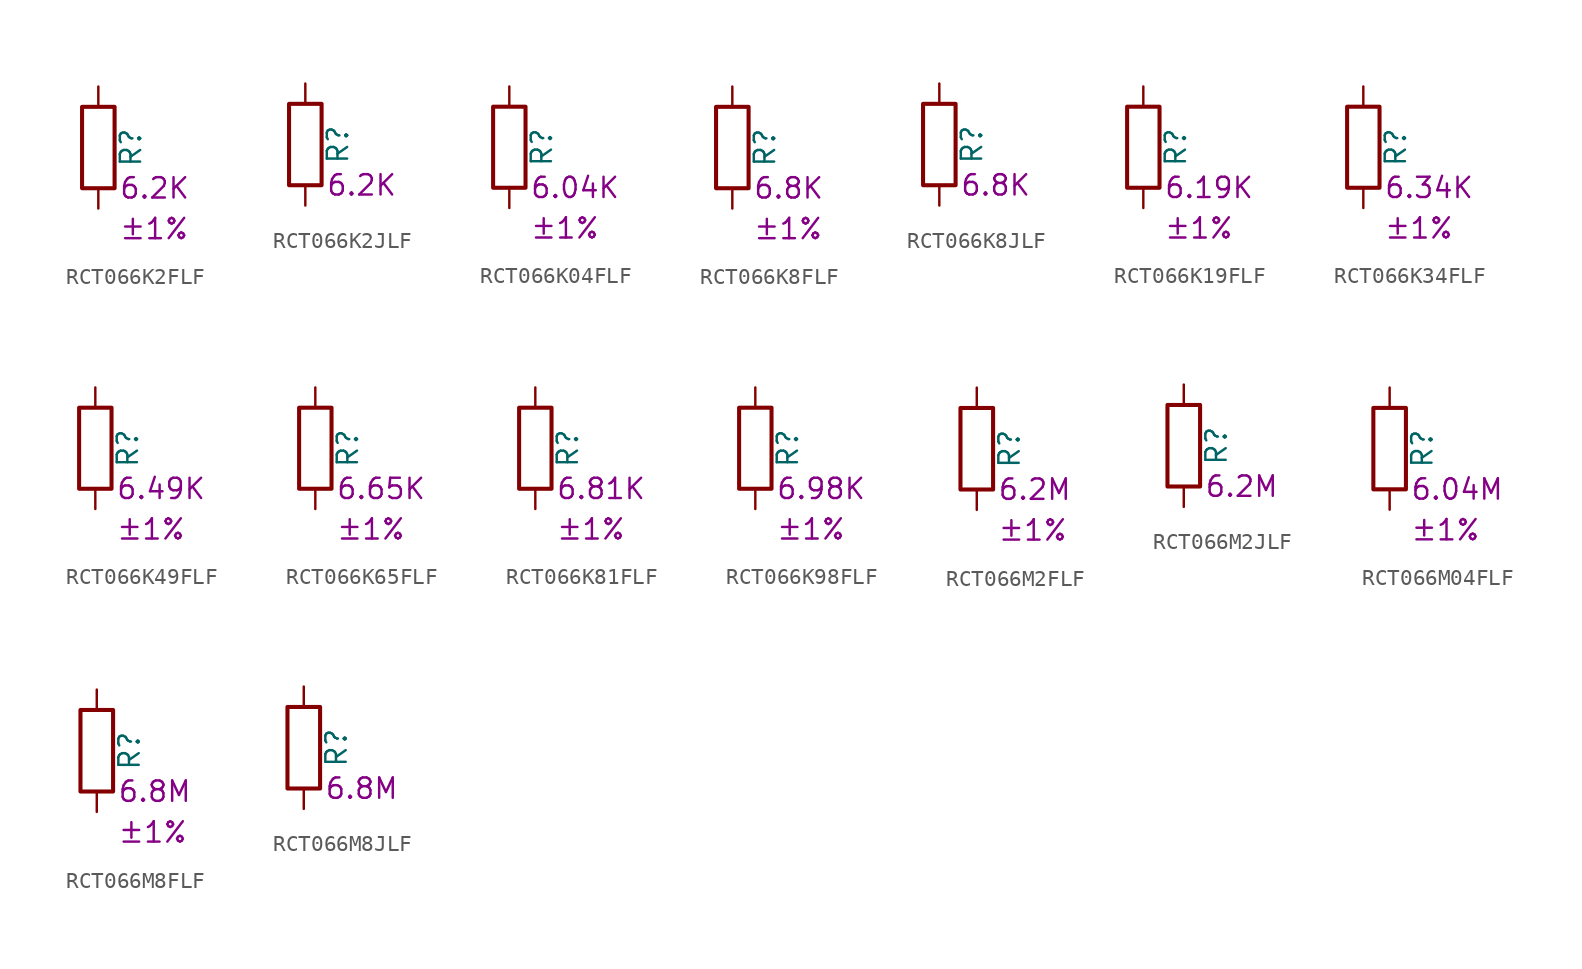
<source format=kicad_sym>
(kicad_symbol_lib
  (version 20220914)
  (generator kicad_symbol_editor)
  (symbol "RCT066K2FLF"
    (pin_numbers hide)
    (pin_names
      (offset 0))
    (property "Reference" "R"
      (at 2.032 0 90)
      (effects (font (size 1.27 1.27))))
    (property "Resistance" "6.2K"
      (at 1.27 -2.54 0)
      (effects (font (size 1.27 1.27)) (justify left)))
    (property "Tolerance" "±1%"
      (at 1.27 -5.08 0)
      (effects (font (size 1.27 1.27)) (justify left)))
    (symbol "RCT066K2FLF_0_1"
      (rectangle (start -1.016 -2.54) (end 1.016 2.54) (stroke (width 0.254) (type default)) (fill (type none))))
    (symbol "RCT066K2FLF_1_1"
      (pin passive line (at 0 3.81 270) (length 1.27) (name "~" (effects (font (size 1.27 1.27)))) (number "1" (effects (font (size 1.27 1.27)))))
      (pin passive line (at 0 -3.81 90) (length 1.27) (name "~" (effects (font (size 1.27 1.27)))) (number "2" (effects (font (size 1.27 1.27)))))))
  (symbol "RCT066K2JLF"
    (pin_numbers hide)
    (pin_names
      (offset 0))
    (property "Reference" "R"
      (at 2.032 0 90)
      (effects (font (size 1.27 1.27))))
    (property "Resistance" "6.2K"
      (at 1.27 -2.54 0)
      (effects (font (size 1.27 1.27)) (justify left)))
    (symbol "RCT066K2JLF_0_1"
      (rectangle (start -1.016 -2.54) (end 1.016 2.54) (stroke (width 0.254) (type default)) (fill (type none))))
    (symbol "RCT066K2JLF_1_1"
      (pin passive line (at 0 3.81 270) (length 1.27) (name "~" (effects (font (size 1.27 1.27)))) (number "1" (effects (font (size 1.27 1.27)))))
      (pin passive line (at 0 -3.81 90) (length 1.27) (name "~" (effects (font (size 1.27 1.27)))) (number "2" (effects (font (size 1.27 1.27)))))))
  (symbol "RCT066K04FLF"
    (pin_numbers hide)
    (pin_names
      (offset 0))
    (property "Reference" "R"
      (at 2.032 0 90)
      (effects (font (size 1.27 1.27))))
    (property "Resistance" "6.04K"
      (at 1.27 -2.54 0)
      (effects (font (size 1.27 1.27)) (justify left)))
    (property "Tolerance" "±1%"
      (at 1.27 -5.08 0)
      (effects (font (size 1.27 1.27)) (justify left)))
    (symbol "RCT066K04FLF_0_1"
      (rectangle (start -1.016 -2.54) (end 1.016 2.54) (stroke (width 0.254) (type default)) (fill (type none))))
    (symbol "RCT066K04FLF_1_1"
      (pin passive line (at 0 3.81 270) (length 1.27) (name "~" (effects (font (size 1.27 1.27)))) (number "1" (effects (font (size 1.27 1.27)))))
      (pin passive line (at 0 -3.81 90) (length 1.27) (name "~" (effects (font (size 1.27 1.27)))) (number "2" (effects (font (size 1.27 1.27)))))))
  (symbol "RCT066K8FLF"
    (pin_numbers hide)
    (pin_names
      (offset 0))
    (property "Reference" "R"
      (at 2.032 0 90)
      (effects (font (size 1.27 1.27))))
    (property "Resistance" "6.8K"
      (at 1.27 -2.54 0)
      (effects (font (size 1.27 1.27)) (justify left)))
    (property "Tolerance" "±1%"
      (at 1.27 -5.08 0)
      (effects (font (size 1.27 1.27)) (justify left)))
    (symbol "RCT066K8FLF_0_1"
      (rectangle (start -1.016 -2.54) (end 1.016 2.54) (stroke (width 0.254) (type default)) (fill (type none))))
    (symbol "RCT066K8FLF_1_1"
      (pin passive line (at 0 3.81 270) (length 1.27) (name "~" (effects (font (size 1.27 1.27)))) (number "1" (effects (font (size 1.27 1.27)))))
      (pin passive line (at 0 -3.81 90) (length 1.27) (name "~" (effects (font (size 1.27 1.27)))) (number "2" (effects (font (size 1.27 1.27)))))))
  (symbol "RCT066K8JLF"
    (pin_numbers hide)
    (pin_names
      (offset 0))
    (property "Reference" "R"
      (at 2.032 0 90)
      (effects (font (size 1.27 1.27))))
    (property "Resistance" "6.8K"
      (at 1.27 -2.54 0)
      (effects (font (size 1.27 1.27)) (justify left)))
    (symbol "RCT066K8JLF_0_1"
      (rectangle (start -1.016 -2.54) (end 1.016 2.54) (stroke (width 0.254) (type default)) (fill (type none))))
    (symbol "RCT066K8JLF_1_1"
      (pin passive line (at 0 3.81 270) (length 1.27) (name "~" (effects (font (size 1.27 1.27)))) (number "1" (effects (font (size 1.27 1.27)))))
      (pin passive line (at 0 -3.81 90) (length 1.27) (name "~" (effects (font (size 1.27 1.27)))) (number "2" (effects (font (size 1.27 1.27)))))))
  (symbol "RCT066K19FLF"
    (pin_numbers hide)
    (pin_names
      (offset 0))
    (property "Reference" "R"
      (at 2.032 0 90)
      (effects (font (size 1.27 1.27))))
    (property "Resistance" "6.19K"
      (at 1.27 -2.54 0)
      (effects (font (size 1.27 1.27)) (justify left)))
    (property "Tolerance" "±1%"
      (at 1.27 -5.08 0)
      (effects (font (size 1.27 1.27)) (justify left)))
    (symbol "RCT066K19FLF_0_1"
      (rectangle (start -1.016 -2.54) (end 1.016 2.54) (stroke (width 0.254) (type default)) (fill (type none))))
    (symbol "RCT066K19FLF_1_1"
      (pin passive line (at 0 3.81 270) (length 1.27) (name "~" (effects (font (size 1.27 1.27)))) (number "1" (effects (font (size 1.27 1.27)))))
      (pin passive line (at 0 -3.81 90) (length 1.27) (name "~" (effects (font (size 1.27 1.27)))) (number "2" (effects (font (size 1.27 1.27)))))))
  (symbol "RCT066K34FLF"
    (pin_numbers hide)
    (pin_names
      (offset 0))
    (property "Reference" "R"
      (at 2.032 0 90)
      (effects (font (size 1.27 1.27))))
    (property "Resistance" "6.34K"
      (at 1.27 -2.54 0)
      (effects (font (size 1.27 1.27)) (justify left)))
    (property "Tolerance" "±1%"
      (at 1.27 -5.08 0)
      (effects (font (size 1.27 1.27)) (justify left)))
    (symbol "RCT066K34FLF_0_1"
      (rectangle (start -1.016 -2.54) (end 1.016 2.54) (stroke (width 0.254) (type default)) (fill (type none))))
    (symbol "RCT066K34FLF_1_1"
      (pin passive line (at 0 3.81 270) (length 1.27) (name "~" (effects (font (size 1.27 1.27)))) (number "1" (effects (font (size 1.27 1.27)))))
      (pin passive line (at 0 -3.81 90) (length 1.27) (name "~" (effects (font (size 1.27 1.27)))) (number "2" (effects (font (size 1.27 1.27)))))))
  (symbol "RCT066K49FLF"
    (pin_numbers hide)
    (pin_names
      (offset 0))
    (property "Reference" "R"
      (at 2.032 0 90)
      (effects (font (size 1.27 1.27))))
    (property "Resistance" "6.49K"
      (at 1.27 -2.54 0)
      (effects (font (size 1.27 1.27)) (justify left)))
    (property "Tolerance" "±1%"
      (at 1.27 -5.08 0)
      (effects (font (size 1.27 1.27)) (justify left)))
    (symbol "RCT066K49FLF_0_1"
      (rectangle (start -1.016 -2.54) (end 1.016 2.54) (stroke (width 0.254) (type default)) (fill (type none))))
    (symbol "RCT066K49FLF_1_1"
      (pin passive line (at 0 3.81 270) (length 1.27) (name "~" (effects (font (size 1.27 1.27)))) (number "1" (effects (font (size 1.27 1.27)))))
      (pin passive line (at 0 -3.81 90) (length 1.27) (name "~" (effects (font (size 1.27 1.27)))) (number "2" (effects (font (size 1.27 1.27)))))))
  (symbol "RCT066K65FLF"
    (pin_numbers hide)
    (pin_names
      (offset 0))
    (property "Reference" "R"
      (at 2.032 0 90)
      (effects (font (size 1.27 1.27))))
    (property "Resistance" "6.65K"
      (at 1.27 -2.54 0)
      (effects (font (size 1.27 1.27)) (justify left)))
    (property "Tolerance" "±1%"
      (at 1.27 -5.08 0)
      (effects (font (size 1.27 1.27)) (justify left)))
    (symbol "RCT066K65FLF_0_1"
      (rectangle (start -1.016 -2.54) (end 1.016 2.54) (stroke (width 0.254) (type default)) (fill (type none))))
    (symbol "RCT066K65FLF_1_1"
      (pin passive line (at 0 3.81 270) (length 1.27) (name "~" (effects (font (size 1.27 1.27)))) (number "1" (effects (font (size 1.27 1.27)))))
      (pin passive line (at 0 -3.81 90) (length 1.27) (name "~" (effects (font (size 1.27 1.27)))) (number "2" (effects (font (size 1.27 1.27)))))))
  (symbol "RCT066K81FLF"
    (pin_numbers hide)
    (pin_names
      (offset 0))
    (property "Reference" "R"
      (at 2.032 0 90)
      (effects (font (size 1.27 1.27))))
    (property "Resistance" "6.81K"
      (at 1.27 -2.54 0)
      (effects (font (size 1.27 1.27)) (justify left)))
    (property "Tolerance" "±1%"
      (at 1.27 -5.08 0)
      (effects (font (size 1.27 1.27)) (justify left)))
    (symbol "RCT066K81FLF_0_1"
      (rectangle (start -1.016 -2.54) (end 1.016 2.54) (stroke (width 0.254) (type default)) (fill (type none))))
    (symbol "RCT066K81FLF_1_1"
      (pin passive line (at 0 3.81 270) (length 1.27) (name "~" (effects (font (size 1.27 1.27)))) (number "1" (effects (font (size 1.27 1.27)))))
      (pin passive line (at 0 -3.81 90) (length 1.27) (name "~" (effects (font (size 1.27 1.27)))) (number "2" (effects (font (size 1.27 1.27)))))))
  (symbol "RCT066K98FLF"
    (pin_numbers hide)
    (pin_names
      (offset 0))
    (property "Reference" "R"
      (at 2.032 0 90)
      (effects (font (size 1.27 1.27))))
    (property "Resistance" "6.98K"
      (at 1.27 -2.54 0)
      (effects (font (size 1.27 1.27)) (justify left)))
    (property "Tolerance" "±1%"
      (at 1.27 -5.08 0)
      (effects (font (size 1.27 1.27)) (justify left)))
    (symbol "RCT066K98FLF_0_1"
      (rectangle (start -1.016 -2.54) (end 1.016 2.54) (stroke (width 0.254) (type default)) (fill (type none))))
    (symbol "RCT066K98FLF_1_1"
      (pin passive line (at 0 3.81 270) (length 1.27) (name "~" (effects (font (size 1.27 1.27)))) (number "1" (effects (font (size 1.27 1.27)))))
      (pin passive line (at 0 -3.81 90) (length 1.27) (name "~" (effects (font (size 1.27 1.27)))) (number "2" (effects (font (size 1.27 1.27)))))))
  (symbol "RCT066M2FLF"
    (pin_numbers hide)
    (pin_names
      (offset 0))
    (property "Reference" "R"
      (at 2.032 0 90)
      (effects (font (size 1.27 1.27))))
    (property "Resistance" "6.2M"
      (at 1.27 -2.54 0)
      (effects (font (size 1.27 1.27)) (justify left)))
    (property "Tolerance" "±1%"
      (at 1.27 -5.08 0)
      (effects (font (size 1.27 1.27)) (justify left)))
    (symbol "RCT066M2FLF_0_1"
      (rectangle (start -1.016 -2.54) (end 1.016 2.54) (stroke (width 0.254) (type default)) (fill (type none))))
    (symbol "RCT066M2FLF_1_1"
      (pin passive line (at 0 3.81 270) (length 1.27) (name "~" (effects (font (size 1.27 1.27)))) (number "1" (effects (font (size 1.27 1.27)))))
      (pin passive line (at 0 -3.81 90) (length 1.27) (name "~" (effects (font (size 1.27 1.27)))) (number "2" (effects (font (size 1.27 1.27)))))))
  (symbol "RCT066M2JLF"
    (pin_numbers hide)
    (pin_names
      (offset 0))
    (property "Reference" "R"
      (at 2.032 0 90)
      (effects (font (size 1.27 1.27))))
    (property "Resistance" "6.2M"
      (at 1.27 -2.54 0)
      (effects (font (size 1.27 1.27)) (justify left)))
    (symbol "RCT066M2JLF_0_1"
      (rectangle (start -1.016 -2.54) (end 1.016 2.54) (stroke (width 0.254) (type default)) (fill (type none))))
    (symbol "RCT066M2JLF_1_1"
      (pin passive line (at 0 3.81 270) (length 1.27) (name "~" (effects (font (size 1.27 1.27)))) (number "1" (effects (font (size 1.27 1.27)))))
      (pin passive line (at 0 -3.81 90) (length 1.27) (name "~" (effects (font (size 1.27 1.27)))) (number "2" (effects (font (size 1.27 1.27)))))))
  (symbol "RCT066M04FLF"
    (pin_numbers hide)
    (pin_names
      (offset 0))
    (property "Reference" "R"
      (at 2.032 0 90)
      (effects (font (size 1.27 1.27))))
    (property "Resistance" "6.04M"
      (at 1.27 -2.54 0)
      (effects (font (size 1.27 1.27)) (justify left)))
    (property "Tolerance" "±1%"
      (at 1.27 -5.08 0)
      (effects (font (size 1.27 1.27)) (justify left)))
    (symbol "RCT066M04FLF_0_1"
      (rectangle (start -1.016 -2.54) (end 1.016 2.54) (stroke (width 0.254) (type default)) (fill (type none))))
    (symbol "RCT066M04FLF_1_1"
      (pin passive line (at 0 3.81 270) (length 1.27) (name "~" (effects (font (size 1.27 1.27)))) (number "1" (effects (font (size 1.27 1.27)))))
      (pin passive line (at 0 -3.81 90) (length 1.27) (name "~" (effects (font (size 1.27 1.27)))) (number "2" (effects (font (size 1.27 1.27)))))))
  (symbol "RCT066M8FLF"
    (pin_numbers hide)
    (pin_names
      (offset 0))
    (property "Reference" "R"
      (at 2.032 0 90)
      (effects (font (size 1.27 1.27))))
    (property "Resistance" "6.8M"
      (at 1.27 -2.54 0)
      (effects (font (size 1.27 1.27)) (justify left)))
    (property "Tolerance" "±1%"
      (at 1.27 -5.08 0)
      (effects (font (size 1.27 1.27)) (justify left)))
    (symbol "RCT066M8FLF_0_1"
      (rectangle (start -1.016 -2.54) (end 1.016 2.54) (stroke (width 0.254) (type default)) (fill (type none))))
    (symbol "RCT066M8FLF_1_1"
      (pin passive line (at 0 3.81 270) (length 1.27) (name "~" (effects (font (size 1.27 1.27)))) (number "1" (effects (font (size 1.27 1.27)))))
      (pin passive line (at 0 -3.81 90) (length 1.27) (name "~" (effects (font (size 1.27 1.27)))) (number "2" (effects (font (size 1.27 1.27)))))))
  (symbol "RCT066M8JLF"
    (pin_numbers hide)
    (pin_names
      (offset 0))
    (property "Reference" "R"
      (at 2.032 0 90)
      (effects (font (size 1.27 1.27))))
    (property "Resistance" "6.8M"
      (at 1.27 -2.54 0)
      (effects (font (size 1.27 1.27)) (justify left)))
    (symbol "RCT066M8JLF_0_1"
      (rectangle (start -1.016 -2.54) (end 1.016 2.54) (stroke (width 0.254) (type default)) (fill (type none))))
    (symbol "RCT066M8JLF_1_1"
      (pin passive line (at 0 3.81 270) (length 1.27) (name "~" (effects (font (size 1.27 1.27)))) (number "1" (effects (font (size 1.27 1.27)))))
      (pin passive line (at 0 -3.81 90) (length 1.27) (name "~" (effects (font (size 1.27 1.27)))) (number "2" (effects (font (size 1.27 1.27))))))))
</source>
